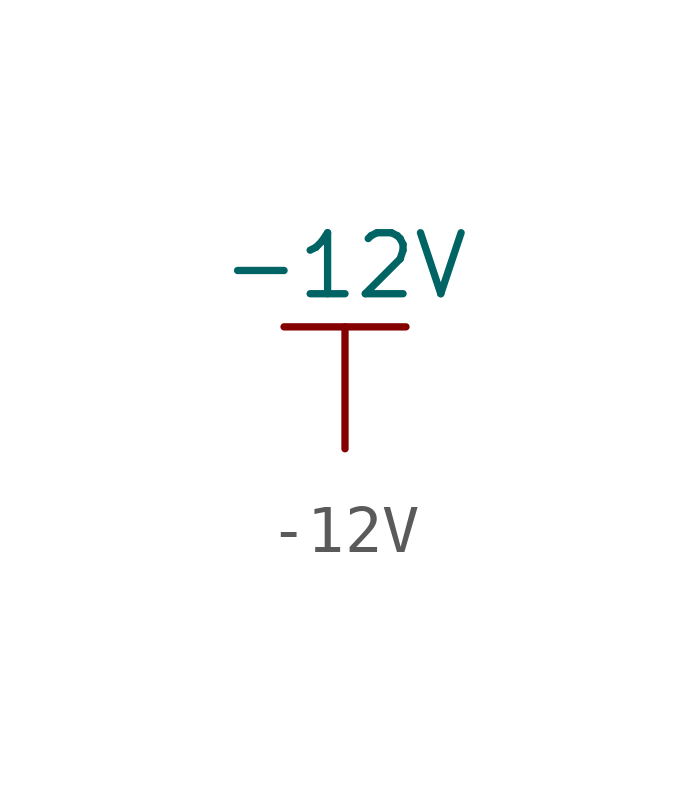
<source format=kicad_sym>
(kicad_symbol_lib
  (version 20220914)
  (generator kicad_symbol_editor)
  (symbol "-12V"
    (power)
    (pin_names
      (offset 0))
    (property "Reference" "#PWR"
      (at 0 2.54 0)
      (effects (font (size 1.27 1.27)) hide))
    (property "Value" "-12V"
      (at 0 3.81 0)
      (effects (font (size 1.27 1.27))))
    (symbol "-12V_0_0"
      (pin power_in line (at 0 0 90) (length 0) hide (name "-12V" (effects (font (size 1.27 1.27)))) (number "1" (effects (font (size 1.27 1.27))))))
    (symbol "-12V_0_1"
      (polyline (pts (xy -1.27 2.54) (xy 1.27 2.54)) (stroke (width 0) (type solid)) (fill (type none)))
      (polyline (pts (xy 0 0) (xy 0 2.54)) (stroke (width 0) (type solid)) (fill (type none))))))
</source>
